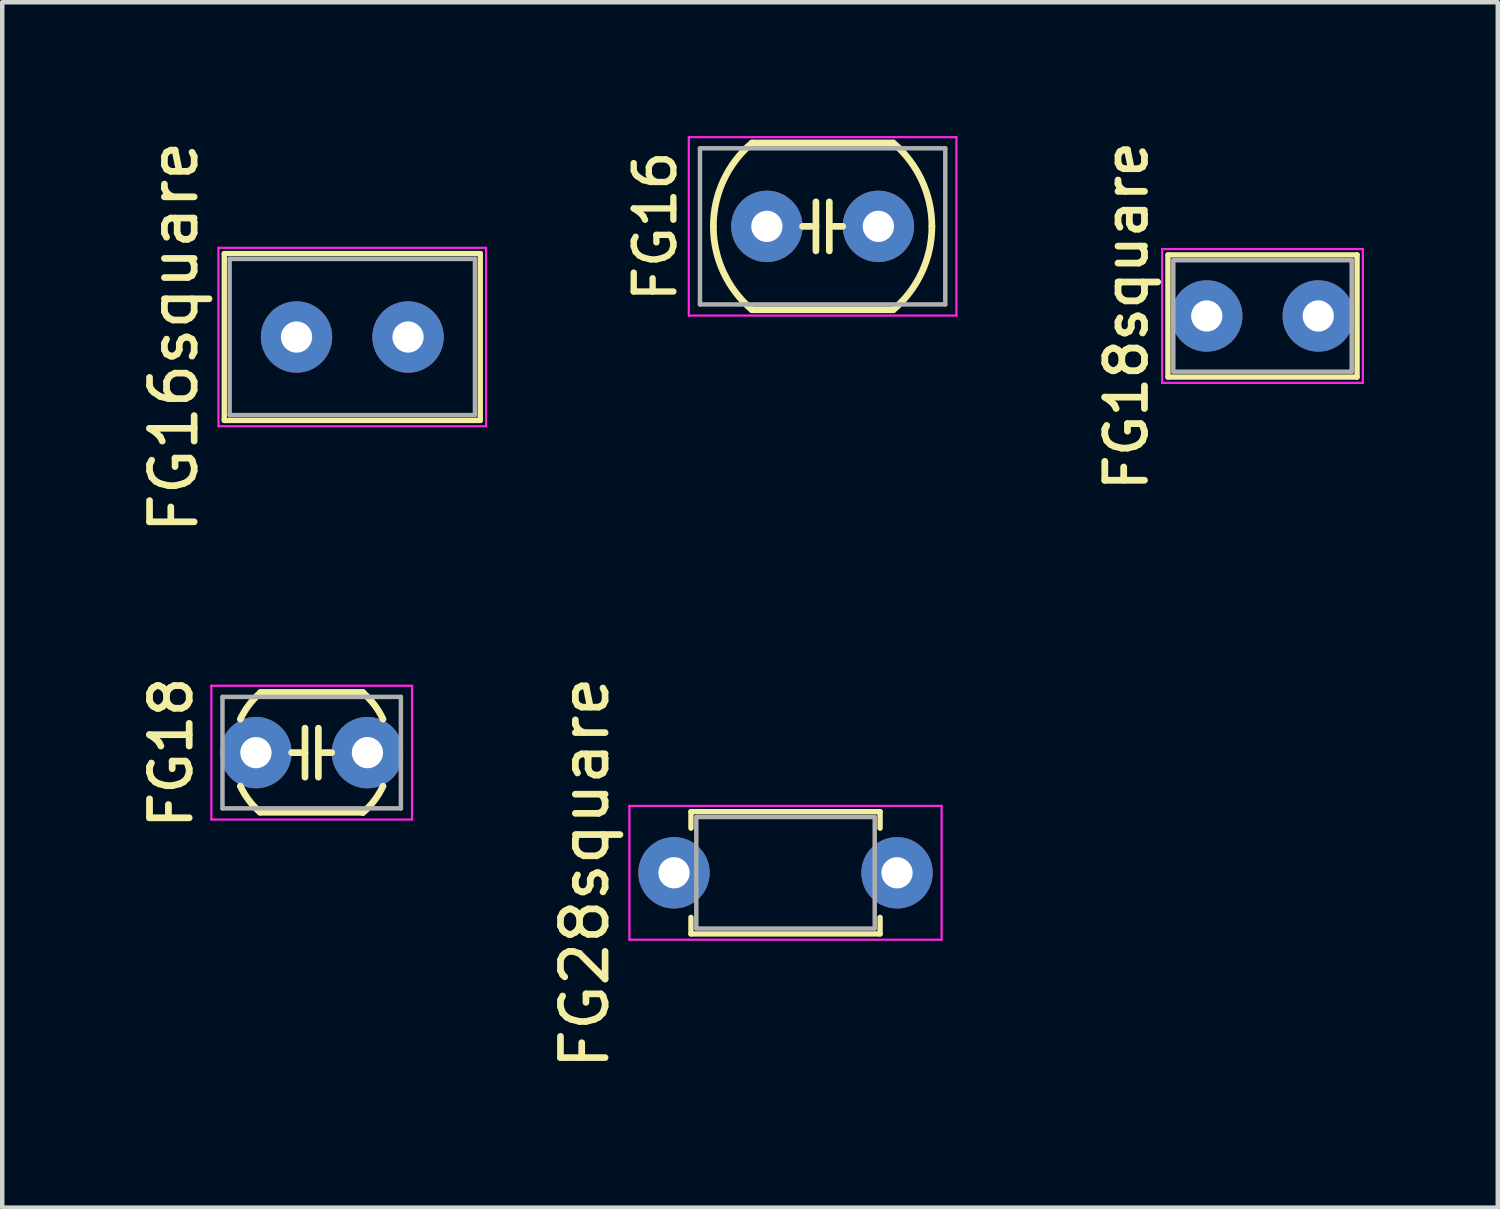
<source format=kicad_pcb>
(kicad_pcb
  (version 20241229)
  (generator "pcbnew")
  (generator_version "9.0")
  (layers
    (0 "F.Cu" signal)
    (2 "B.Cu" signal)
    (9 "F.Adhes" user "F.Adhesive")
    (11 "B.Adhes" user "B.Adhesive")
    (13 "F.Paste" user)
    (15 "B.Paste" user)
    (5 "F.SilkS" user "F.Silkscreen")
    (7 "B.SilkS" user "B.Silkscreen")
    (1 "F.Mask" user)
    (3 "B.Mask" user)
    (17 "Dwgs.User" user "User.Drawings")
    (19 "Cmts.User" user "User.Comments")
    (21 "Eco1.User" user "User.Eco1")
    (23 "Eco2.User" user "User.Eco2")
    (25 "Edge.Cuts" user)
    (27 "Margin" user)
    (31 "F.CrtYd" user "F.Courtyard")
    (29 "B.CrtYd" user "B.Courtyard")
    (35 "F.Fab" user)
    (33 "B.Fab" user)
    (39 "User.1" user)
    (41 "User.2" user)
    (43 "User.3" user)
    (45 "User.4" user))
  (footprint "FG18square"
    (layer "F.Cu")
    (at 24.005 4.034)
    (property "Reference" "FG18square" (at -1.8 0 90) (layer "F.SilkS") (effects (font (size 0.889 0.889) (thickness 0.152))))
    (attr through_hole)
    (fp_line (start -0.87 -1.37) (end -0.87 1.37) (stroke (width 0.12) (type solid)) (layer "F.SilkS"))
    (fp_line (start -0.87 -1.37) (end 3.37 -1.37) (stroke (width 0.12) (type solid)) (layer "F.SilkS"))
    (fp_line (start -0.87 1.37) (end 3.37 1.37) (stroke (width 0.12) (type solid)) (layer "F.SilkS"))
    (fp_line (start 3.37 -1.37) (end 3.37 1.37) (stroke (width 0.12) (type solid)) (layer "F.SilkS"))
    (fp_line (start -1 -1.5) (end -1 1.5) (stroke (width 0.05) (type solid)) (layer "F.CrtYd"))
    (fp_line (start -1 1.5) (end 3.5 1.5) (stroke (width 0.05) (type solid)) (layer "F.CrtYd"))
    (fp_line (start 3.5 -1.5) (end -1 -1.5) (stroke (width 0.05) (type solid)) (layer "F.CrtYd"))
    (fp_line (start 3.5 1.5) (end 3.5 -1.5) (stroke (width 0.05) (type solid)) (layer "F.CrtYd"))
    (fp_line (start -0.75 -1.25) (end -0.75 1.25) (stroke (width 0.1) (type solid)) (layer "F.Fab"))
    (fp_line (start -0.75 1.25) (end 3.25 1.25) (stroke (width 0.1) (type solid)) (layer "F.Fab"))
    (fp_line (start 3.25 -1.25) (end -0.75 -1.25) (stroke (width 0.1) (type solid)) (layer "F.Fab"))
    (fp_line (start 3.25 1.25) (end 3.25 -1.25) (stroke (width 0.1) (type solid)) (layer "F.Fab"))
    (pad "1" thru_hole circle (at 0 0) (size 1.6 1.6) (drill 0.7) (layers "*.Cu" "*.Mask"))
    (pad "2" thru_hole circle (at 2.5 0) (size 1.6 1.6) (drill 0.7) (layers "*.Cu" "*.Mask")))
  (footprint "FG18"
    (layer "F.Cu")
    (at 2.688 13.824)
    (property "Reference" "FG18" (at -1.9 0 90) (layer "F.SilkS") (effects (font (size 0.889 0.889) (thickness 0.152))))
    (attr through_hole)
    (fp_line (start 0.093 1.336) (end 2.393 1.336) (stroke (width 0.15) (type solid)) (layer "F.SilkS"))
    (fp_line (start 0.1 -1.35) (end 2.4 -1.35) (stroke (width 0.15) (type solid)) (layer "F.SilkS"))
    (fp_line (start 0.8 0) (end 1 0) (stroke (width 0.15) (type solid)) (layer "F.SilkS"))
    (fp_line (start 1.1 0) (end 1.1 -0.55) (stroke (width 0.15) (type solid)) (layer "F.SilkS"))
    (fp_line (start 1.1 0.55) (end 1.1 0) (stroke (width 0.15) (type solid)) (layer "F.SilkS"))
    (fp_line (start 1.4 0) (end 1.4 -0.55) (stroke (width 0.15) (type solid)) (layer "F.SilkS"))
    (fp_line (start 1.4 0.55) (end 1.4 0) (stroke (width 0.15) (type solid)) (layer "F.SilkS"))
    (fp_line (start 1.5 0) (end 1.7 0) (stroke (width 0.15) (type solid)) (layer "F.SilkS"))
    (fp_arc (start -0.35 -0.75) (mid -0.159102 -1.06627) (end 0.09338 -1.335938) (stroke (width 0.15) (type solid)) (layer "F.SilkS"))
    (fp_arc (start 0.09338 1.335938) (mid -0.159102 1.06627) (end -0.35 0.75) (stroke (width 0.15) (type solid)) (layer "F.SilkS"))
    (fp_arc (start 2.395878 -1.345161) (mid 2.654818 -1.071905) (end 2.849999 -0.749999) (stroke (width 0.15) (type solid)) (layer "F.SilkS"))
    (fp_arc (start 2.849999 0.75) (mid 2.654435 1.072407) (end 2.394917 1.34598) (stroke (width 0.15) (type solid)) (layer "F.SilkS"))
    (fp_line (start -1 -1.5) (end -1 1.5) (stroke (width 0.05) (type solid)) (layer "F.CrtYd"))
    (fp_line (start -1 1.5) (end 3.5 1.5) (stroke (width 0.05) (type solid)) (layer "F.CrtYd"))
    (fp_line (start 3.5 -1.5) (end -1 -1.5) (stroke (width 0.05) (type solid)) (layer "F.CrtYd"))
    (fp_line (start 3.5 1.5) (end 3.5 -1.5) (stroke (width 0.05) (type solid)) (layer "F.CrtYd"))
    (fp_line (start -0.75 -1.25) (end -0.75 1.25) (stroke (width 0.1) (type solid)) (layer "F.Fab"))
    (fp_line (start -0.75 1.25) (end 3.25 1.25) (stroke (width 0.1) (type solid)) (layer "F.Fab"))
    (fp_line (start 3.25 -1.25) (end -0.75 -1.25) (stroke (width 0.1) (type solid)) (layer "F.Fab"))
    (fp_line (start 3.25 1.25) (end 3.25 -1.25) (stroke (width 0.1) (type solid)) (layer "F.Fab"))
    (pad "1" thru_hole circle (at 0 0) (size 1.6 1.6) (drill 0.7) (layers "*.Cu" "*.Mask"))
    (pad "2" thru_hole circle (at 2.5 0) (size 1.6 1.6) (drill 0.7) (layers "*.Cu" "*.Mask")))
  (footprint "FG28square"
    (layer "F.Cu")
    (at 12.061 16.518)
    (property "Reference" "FG28square" (at -2 0 270) (layer "F.SilkS") (effects (font (size 1 1) (thickness 0.15))))
    (attr through_hole)
    (fp_line (start 0.38 -1.37) (end 0.38 -1) (stroke (width 0.12) (type solid)) (layer "F.SilkS"))
    (fp_line (start 0.38 -1.37) (end 4.62 -1.37) (stroke (width 0.12) (type solid)) (layer "F.SilkS"))
    (fp_line (start 0.38 1) (end 0.38 1.37) (stroke (width 0.12) (type solid)) (layer "F.SilkS"))
    (fp_line (start 0.38 1.37) (end 4.62 1.37) (stroke (width 0.12) (type solid)) (layer "F.SilkS"))
    (fp_line (start 4.62 -1.37) (end 4.62 -1) (stroke (width 0.12) (type solid)) (layer "F.SilkS"))
    (fp_line (start 4.62 1) (end 4.62 1.37) (stroke (width 0.12) (type solid)) (layer "F.SilkS"))
    (fp_line (start -1 -1.5) (end -1 1.5) (stroke (width 0.05) (type solid)) (layer "F.CrtYd"))
    (fp_line (start -1 1.5) (end 6 1.5) (stroke (width 0.05) (type solid)) (layer "F.CrtYd"))
    (fp_line (start 6 -1.5) (end -1 -1.5) (stroke (width 0.05) (type solid)) (layer "F.CrtYd"))
    (fp_line (start 6 1.5) (end 6 -1.5) (stroke (width 0.05) (type solid)) (layer "F.CrtYd"))
    (fp_line (start 0.5 -1.25) (end 0.5 1.25) (stroke (width 0.1) (type solid)) (layer "F.Fab"))
    (fp_line (start 0.5 1.25) (end 4.5 1.25) (stroke (width 0.1) (type solid)) (layer "F.Fab"))
    (fp_line (start 4.5 -1.25) (end 0.5 -1.25) (stroke (width 0.1) (type solid)) (layer "F.Fab"))
    (fp_line (start 4.5 1.25) (end 4.5 -1.25) (stroke (width 0.1) (type solid)) (layer "F.Fab"))
    (pad "1" thru_hole circle (at 0 0) (size 1.6 1.6) (drill 0.7) (layers "*.Cu" "*.Mask"))
    (pad "2" thru_hole circle (at 5 0) (size 1.6 1.6) (drill 0.7) (layers "*.Cu" "*.Mask")))
  (footprint "FG16"
    (layer "F.Cu")
    (at 14.143 2.025)
    (property "Reference" "FG16" (at -2.5 0 90) (layer "F.SilkS") (effects (font (size 0.889 0.889) (thickness 0.142))))
    (attr through_hole)
    (fp_line (start -0.33 -1.87) (end 2.83 -1.87) (stroke (width 0.15) (type solid)) (layer "F.SilkS"))
    (fp_line (start -0.33 1.87) (end 2.83 1.87) (stroke (width 0.15) (type solid)) (layer "F.SilkS"))
    (fp_line (start 0.8 0) (end 1 0) (stroke (width 0.15) (type solid)) (layer "F.SilkS"))
    (fp_line (start 1.1 0) (end 1.1 -0.55) (stroke (width 0.15) (type solid)) (layer "F.SilkS"))
    (fp_line (start 1.1 0.55) (end 1.1 0) (stroke (width 0.15) (type solid)) (layer "F.SilkS"))
    (fp_line (start 1.4 0) (end 1.4 -0.55) (stroke (width 0.15) (type solid)) (layer "F.SilkS"))
    (fp_line (start 1.4 0.55) (end 1.4 0) (stroke (width 0.15) (type solid)) (layer "F.SilkS"))
    (fp_line (start 1.5 0) (end 1.7 0) (stroke (width 0.15) (type solid)) (layer "F.SilkS"))
    (fp_arc (start -1.2 0) (mid -0.973157 -1.029598) (end -0.334635 -1.868537) (stroke (width 0.15) (type solid)) (layer "F.SilkS"))
    (fp_arc (start -0.334635 1.868537) (mid -0.973157 1.029598) (end -1.2 0) (stroke (width 0.15) (type solid)) (layer "F.SilkS"))
    (fp_arc (start 2.834635 -1.868537) (mid 3.473157 -1.029598) (end 3.7 0) (stroke (width 0.15) (type solid)) (layer "F.SilkS"))
    (fp_arc (start 3.7 0) (mid 3.473157 1.029598) (end 2.834634 1.868537) (stroke (width 0.15) (type solid)) (layer "F.SilkS"))
    (fp_line (start -1.75 -2) (end -1.75 2) (stroke (width 0.05) (type solid)) (layer "F.CrtYd"))
    (fp_line (start -1.75 2) (end 4.25 2) (stroke (width 0.05) (type solid)) (layer "F.CrtYd"))
    (fp_line (start 4.25 -2) (end -1.75 -2) (stroke (width 0.05) (type solid)) (layer "F.CrtYd"))
    (fp_line (start 4.25 2) (end 4.25 -2) (stroke (width 0.05) (type solid)) (layer "F.CrtYd"))
    (fp_line (start -1.5 -1.75) (end -1.5 1.75) (stroke (width 0.1) (type solid)) (layer "F.Fab"))
    (fp_line (start -1.5 1.75) (end 4 1.75) (stroke (width 0.1) (type solid)) (layer "F.Fab"))
    (fp_line (start 4 -1.75) (end -1.5 -1.75) (stroke (width 0.1) (type solid)) (layer "F.Fab"))
    (fp_line (start 4 1.75) (end 4 -1.75) (stroke (width 0.1) (type solid)) (layer "F.Fab"))
    (pad "1" thru_hole circle (at 0 0) (size 1.6 1.6) (drill 0.7) (layers "*.Cu" "*.Mask"))
    (pad "2" thru_hole circle (at 2.5 0) (size 1.6 1.6) (drill 0.7) (layers "*.Cu" "*.Mask")))
  (footprint "FG16square"
    (layer "F.Cu")
    (at 3.598 4.506)
    (property "Reference" "FG16square" (at -2.75 0 90) (layer "F.SilkS") (effects (font (size 1 1) (thickness 0.15))))
    (attr through_hole)
    (fp_line (start -1.62 -1.87) (end -1.62 1.87) (stroke (width 0.12) (type solid)) (layer "F.SilkS"))
    (fp_line (start -1.62 -1.87) (end 4.12 -1.87) (stroke (width 0.12) (type solid)) (layer "F.SilkS"))
    (fp_line (start -1.62 1.87) (end 4.12 1.87) (stroke (width 0.12) (type solid)) (layer "F.SilkS"))
    (fp_line (start 4.12 -1.87) (end 4.12 1.87) (stroke (width 0.12) (type solid)) (layer "F.SilkS"))
    (fp_line (start -1.75 -2) (end -1.75 2) (stroke (width 0.05) (type solid)) (layer "F.CrtYd"))
    (fp_line (start -1.75 2) (end 4.25 2) (stroke (width 0.05) (type solid)) (layer "F.CrtYd"))
    (fp_line (start 4.25 -2) (end -1.75 -2) (stroke (width 0.05) (type solid)) (layer "F.CrtYd"))
    (fp_line (start 4.25 2) (end 4.25 -2) (stroke (width 0.05) (type solid)) (layer "F.CrtYd"))
    (fp_line (start -1.5 -1.75) (end -1.5 1.75) (stroke (width 0.1) (type solid)) (layer "F.Fab"))
    (fp_line (start -1.5 1.75) (end 4 1.75) (stroke (width 0.1) (type solid)) (layer "F.Fab"))
    (fp_line (start 4 -1.75) (end -1.5 -1.75) (stroke (width 0.1) (type solid)) (layer "F.Fab"))
    (fp_line (start 4 1.75) (end 4 -1.75) (stroke (width 0.1) (type solid)) (layer "F.Fab"))
    (pad "1" thru_hole circle (at 0 0) (size 1.6 1.6) (drill 0.7) (layers "*.Cu" "*.Mask"))
    (pad "2" thru_hole circle (at 2.5 0) (size 1.6 1.6) (drill 0.7) (layers "*.Cu" "*.Mask")))
  (gr_rect
    (start -3 -3)
    (end 30.53 24.024)
    (stroke (width 0.1) (type default))
    (fill no)
    (layer "Edge.Cuts")))
</source>
